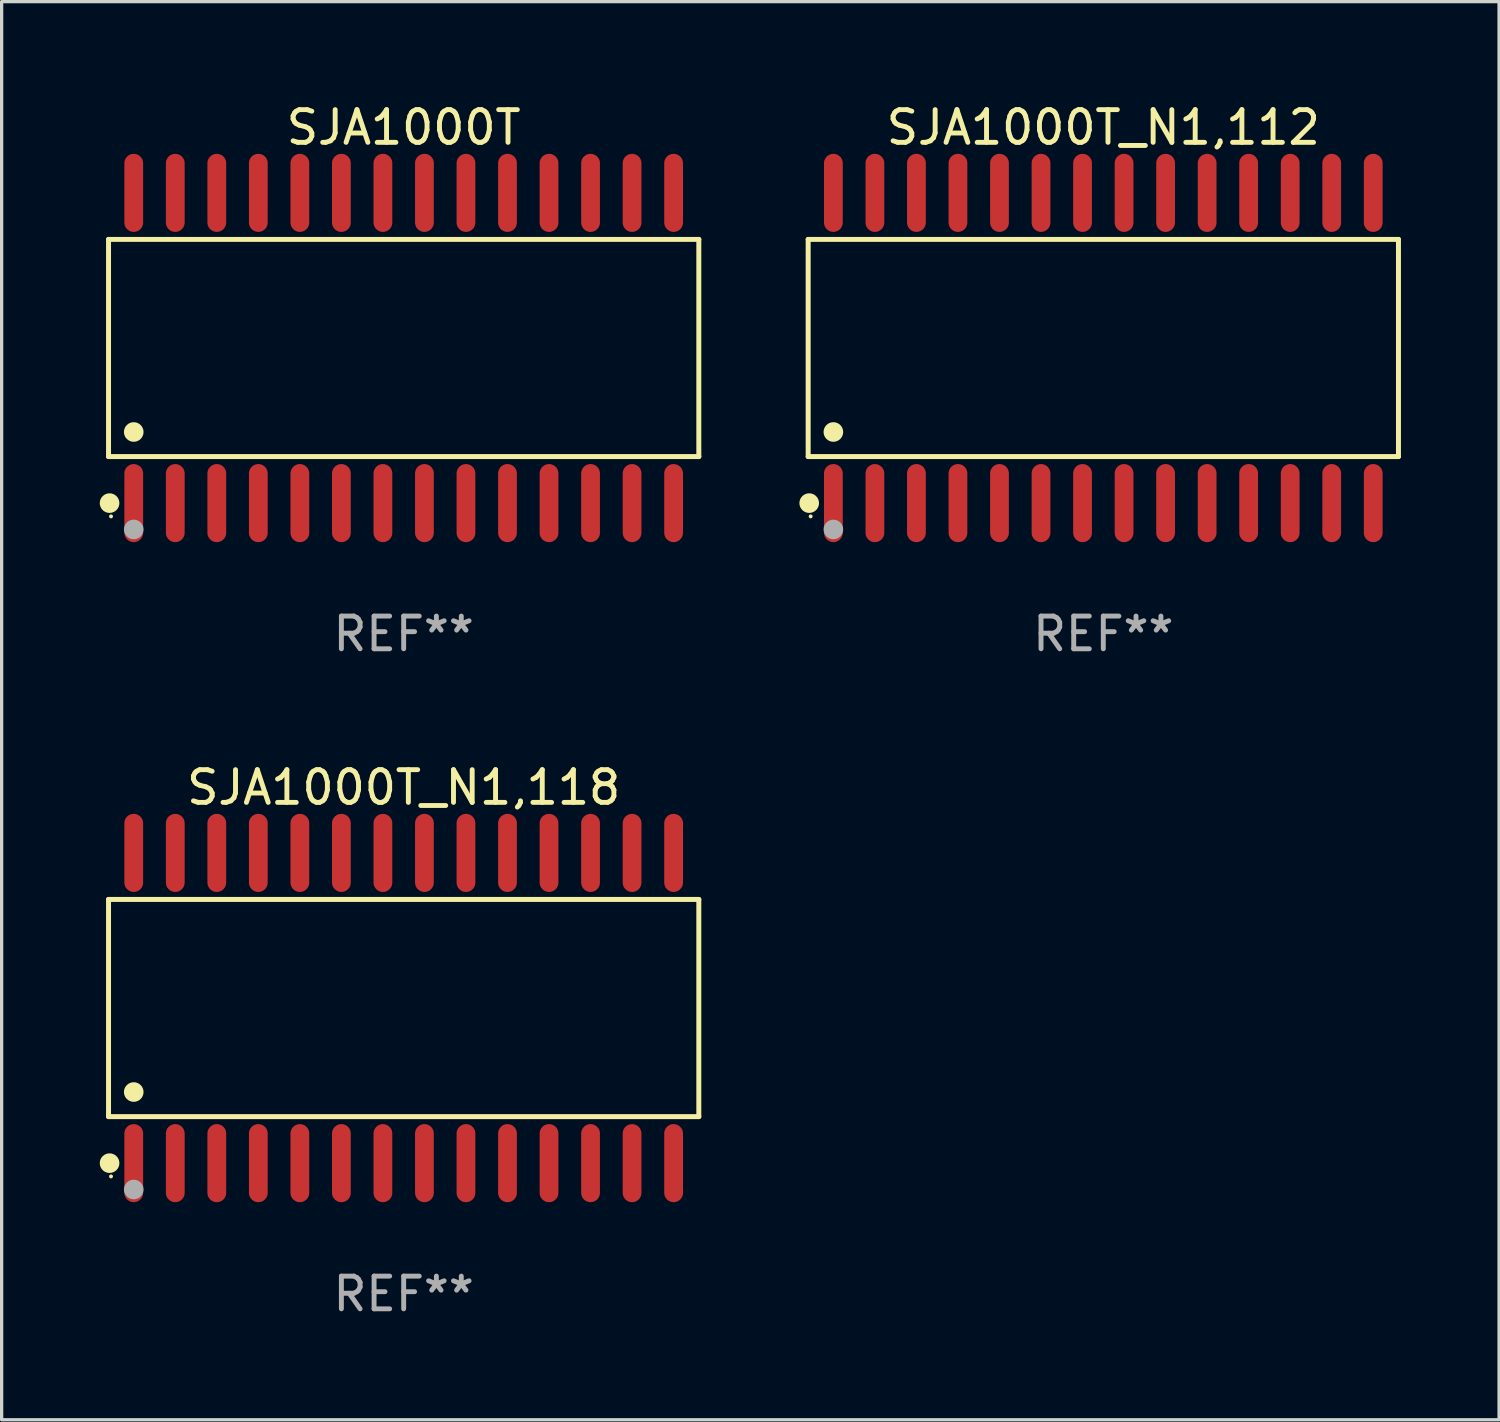
<source format=kicad_pcb>
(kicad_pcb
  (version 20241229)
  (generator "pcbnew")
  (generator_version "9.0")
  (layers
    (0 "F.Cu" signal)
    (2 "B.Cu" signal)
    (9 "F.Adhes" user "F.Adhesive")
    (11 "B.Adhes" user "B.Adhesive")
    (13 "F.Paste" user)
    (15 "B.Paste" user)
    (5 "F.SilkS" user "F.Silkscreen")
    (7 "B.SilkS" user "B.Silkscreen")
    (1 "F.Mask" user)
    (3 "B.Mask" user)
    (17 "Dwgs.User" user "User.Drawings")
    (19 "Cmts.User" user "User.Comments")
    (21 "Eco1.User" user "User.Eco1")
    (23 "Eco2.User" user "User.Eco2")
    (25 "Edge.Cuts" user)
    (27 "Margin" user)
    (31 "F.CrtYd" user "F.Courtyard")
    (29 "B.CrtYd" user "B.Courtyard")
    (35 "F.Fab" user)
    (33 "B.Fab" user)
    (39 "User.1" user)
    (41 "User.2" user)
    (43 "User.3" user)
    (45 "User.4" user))
  (footprint "SJA1000T"
    (layer "F.Cu")
    (at 9.295 7.592)
    (property "Reference" "SJA1000T" (at 0 -6.744 0) (layer "F.SilkS") (effects (font (size 1 1) (thickness 0.15))))
    (attr through_hole)
    (fp_line (start -9.026 -3.321) (end 9.026 -3.321) (stroke (width 0.152) (type solid)) (layer "F.SilkS"))
    (fp_line (start -9.026 3.321) (end -9.026 -3.321) (stroke (width 0.152) (type solid)) (layer "F.SilkS"))
    (fp_line (start 9.026 -3.321) (end 9.026 3.321) (stroke (width 0.152) (type solid)) (layer "F.SilkS"))
    (fp_line (start 9.026 3.321) (end -9.026 3.321) (stroke (width 0.152) (type solid)) (layer "F.SilkS"))
    (fp_circle (center -8.994 4.744) (end -8.844 4.744) (stroke (width 0.3) (type solid)) (fill no) (layer "F.SilkS"))
    (fp_circle (center -8.95 5.15) (end -8.92 5.15) (stroke (width 0.06) (type solid)) (fill no) (layer "F.SilkS"))
    (fp_circle (center -8.255 2.569) (end -8.105 2.569) (stroke (width 0.3) (type solid)) (fill no) (layer "F.SilkS"))
    (fp_circle (center -8.255 5.55) (end -8.105 5.55) (stroke (width 0.3) (type solid)) (fill no) (layer "F.Fab"))
    (fp_text user "REF**" (at 0 8.744 0) (layer "F.Fab") (effects (font (size 1 1) (thickness 0.15))))
    (pad "1" smd oval (at -8.255 4.744) (size 0.574 2.388) (layers "F.Cu" "F.Mask" "F.Paste"))
    (pad "2" smd oval (at -6.985 4.744) (size 0.574 2.388) (layers "F.Cu" "F.Mask" "F.Paste"))
    (pad "3" smd oval (at -5.715 4.744) (size 0.574 2.388) (layers "F.Cu" "F.Mask" "F.Paste"))
    (pad "4" smd oval (at -4.445 4.744) (size 0.574 2.388) (layers "F.Cu" "F.Mask" "F.Paste"))
    (pad "5" smd oval (at -3.175 4.744) (size 0.574 2.388) (layers "F.Cu" "F.Mask" "F.Paste"))
    (pad "6" smd oval (at -1.905 4.744) (size 0.574 2.388) (layers "F.Cu" "F.Mask" "F.Paste"))
    (pad "7" smd oval (at -0.635 4.744) (size 0.574 2.388) (layers "F.Cu" "F.Mask" "F.Paste"))
    (pad "8" smd oval (at 0.635 4.744) (size 0.574 2.388) (layers "F.Cu" "F.Mask" "F.Paste"))
    (pad "9" smd oval (at 1.905 4.744) (size 0.574 2.388) (layers "F.Cu" "F.Mask" "F.Paste"))
    (pad "10" smd oval (at 3.175 4.744) (size 0.574 2.388) (layers "F.Cu" "F.Mask" "F.Paste"))
    (pad "11" smd oval (at 4.445 4.744) (size 0.574 2.388) (layers "F.Cu" "F.Mask" "F.Paste"))
    (pad "12" smd oval (at 5.715 4.744) (size 0.574 2.388) (layers "F.Cu" "F.Mask" "F.Paste"))
    (pad "13" smd oval (at 6.985 4.744) (size 0.574 2.388) (layers "F.Cu" "F.Mask" "F.Paste"))
    (pad "14" smd oval (at 8.255 4.744) (size 0.574 2.388) (layers "F.Cu" "F.Mask" "F.Paste"))
    (pad "15" smd oval (at 8.255 -4.744) (size 0.574 2.388) (layers "F.Cu" "F.Mask" "F.Paste"))
    (pad "16" smd oval (at 6.985 -4.744) (size 0.574 2.388) (layers "F.Cu" "F.Mask" "F.Paste"))
    (pad "17" smd oval (at 5.715 -4.744) (size 0.574 2.388) (layers "F.Cu" "F.Mask" "F.Paste"))
    (pad "18" smd oval (at 4.445 -4.744) (size 0.574 2.388) (layers "F.Cu" "F.Mask" "F.Paste"))
    (pad "19" smd oval (at 3.175 -4.744) (size 0.574 2.388) (layers "F.Cu" "F.Mask" "F.Paste"))
    (pad "20" smd oval (at 1.905 -4.744) (size 0.574 2.388) (layers "F.Cu" "F.Mask" "F.Paste"))
    (pad "21" smd oval (at 0.635 -4.744) (size 0.574 2.388) (layers "F.Cu" "F.Mask" "F.Paste"))
    (pad "22" smd oval (at -0.635 -4.744) (size 0.574 2.388) (layers "F.Cu" "F.Mask" "F.Paste"))
    (pad "23" smd oval (at -1.905 -4.744) (size 0.574 2.388) (layers "F.Cu" "F.Mask" "F.Paste"))
    (pad "24" smd oval (at -3.175 -4.744) (size 0.574 2.388) (layers "F.Cu" "F.Mask" "F.Paste"))
    (pad "25" smd oval (at -4.445 -4.744) (size 0.574 2.388) (layers "F.Cu" "F.Mask" "F.Paste"))
    (pad "26" smd oval (at -5.715 -4.744) (size 0.574 2.388) (layers "F.Cu" "F.Mask" "F.Paste"))
    (pad "27" smd oval (at -6.985 -4.744) (size 0.574 2.388) (layers "F.Cu" "F.Mask" "F.Paste"))
    (pad "28" smd oval (at -8.255 -4.744) (size 0.574 2.388) (layers "F.Cu" "F.Mask" "F.Paste")))
  (footprint "SJA1000T_N1,112"
    (layer "F.Cu")
    (at 30.691 7.592)
    (property "Reference" "SJA1000T_N1,112" (at 0 -6.744 0) (layer "F.SilkS") (effects (font (size 1 1) (thickness 0.15))))
    (attr through_hole)
    (fp_line (start -9.026 -3.321) (end 9.026 -3.321) (stroke (width 0.152) (type solid)) (layer "F.SilkS"))
    (fp_line (start -9.026 3.321) (end -9.026 -3.321) (stroke (width 0.152) (type solid)) (layer "F.SilkS"))
    (fp_line (start 9.026 -3.321) (end 9.026 3.321) (stroke (width 0.152) (type solid)) (layer "F.SilkS"))
    (fp_line (start 9.026 3.321) (end -9.026 3.321) (stroke (width 0.152) (type solid)) (layer "F.SilkS"))
    (fp_circle (center -8.994 4.744) (end -8.844 4.744) (stroke (width 0.3) (type solid)) (fill no) (layer "F.SilkS"))
    (fp_circle (center -8.95 5.15) (end -8.92 5.15) (stroke (width 0.06) (type solid)) (fill no) (layer "F.SilkS"))
    (fp_circle (center -8.255 2.569) (end -8.105 2.569) (stroke (width 0.3) (type solid)) (fill no) (layer "F.SilkS"))
    (fp_circle (center -8.255 5.55) (end -8.105 5.55) (stroke (width 0.3) (type solid)) (fill no) (layer "F.Fab"))
    (fp_text user "REF**" (at 0 8.744 0) (layer "F.Fab") (effects (font (size 1 1) (thickness 0.15))))
    (pad "1" smd oval (at -8.255 4.744) (size 0.574 2.388) (layers "F.Cu" "F.Mask" "F.Paste"))
    (pad "2" smd oval (at -6.985 4.744) (size 0.574 2.388) (layers "F.Cu" "F.Mask" "F.Paste"))
    (pad "3" smd oval (at -5.715 4.744) (size 0.574 2.388) (layers "F.Cu" "F.Mask" "F.Paste"))
    (pad "4" smd oval (at -4.445 4.744) (size 0.574 2.388) (layers "F.Cu" "F.Mask" "F.Paste"))
    (pad "5" smd oval (at -3.175 4.744) (size 0.574 2.388) (layers "F.Cu" "F.Mask" "F.Paste"))
    (pad "6" smd oval (at -1.905 4.744) (size 0.574 2.388) (layers "F.Cu" "F.Mask" "F.Paste"))
    (pad "7" smd oval (at -0.635 4.744) (size 0.574 2.388) (layers "F.Cu" "F.Mask" "F.Paste"))
    (pad "8" smd oval (at 0.635 4.744) (size 0.574 2.388) (layers "F.Cu" "F.Mask" "F.Paste"))
    (pad "9" smd oval (at 1.905 4.744) (size 0.574 2.388) (layers "F.Cu" "F.Mask" "F.Paste"))
    (pad "10" smd oval (at 3.175 4.744) (size 0.574 2.388) (layers "F.Cu" "F.Mask" "F.Paste"))
    (pad "11" smd oval (at 4.445 4.744) (size 0.574 2.388) (layers "F.Cu" "F.Mask" "F.Paste"))
    (pad "12" smd oval (at 5.715 4.744) (size 0.574 2.388) (layers "F.Cu" "F.Mask" "F.Paste"))
    (pad "13" smd oval (at 6.985 4.744) (size 0.574 2.388) (layers "F.Cu" "F.Mask" "F.Paste"))
    (pad "14" smd oval (at 8.255 4.744) (size 0.574 2.388) (layers "F.Cu" "F.Mask" "F.Paste"))
    (pad "15" smd oval (at 8.255 -4.744) (size 0.574 2.388) (layers "F.Cu" "F.Mask" "F.Paste"))
    (pad "16" smd oval (at 6.985 -4.744) (size 0.574 2.388) (layers "F.Cu" "F.Mask" "F.Paste"))
    (pad "17" smd oval (at 5.715 -4.744) (size 0.574 2.388) (layers "F.Cu" "F.Mask" "F.Paste"))
    (pad "18" smd oval (at 4.445 -4.744) (size 0.574 2.388) (layers "F.Cu" "F.Mask" "F.Paste"))
    (pad "19" smd oval (at 3.175 -4.744) (size 0.574 2.388) (layers "F.Cu" "F.Mask" "F.Paste"))
    (pad "20" smd oval (at 1.905 -4.744) (size 0.574 2.388) (layers "F.Cu" "F.Mask" "F.Paste"))
    (pad "21" smd oval (at 0.635 -4.744) (size 0.574 2.388) (layers "F.Cu" "F.Mask" "F.Paste"))
    (pad "22" smd oval (at -0.635 -4.744) (size 0.574 2.388) (layers "F.Cu" "F.Mask" "F.Paste"))
    (pad "23" smd oval (at -1.905 -4.744) (size 0.574 2.388) (layers "F.Cu" "F.Mask" "F.Paste"))
    (pad "24" smd oval (at -3.175 -4.744) (size 0.574 2.388) (layers "F.Cu" "F.Mask" "F.Paste"))
    (pad "25" smd oval (at -4.445 -4.744) (size 0.574 2.388) (layers "F.Cu" "F.Mask" "F.Paste"))
    (pad "26" smd oval (at -5.715 -4.744) (size 0.574 2.388) (layers "F.Cu" "F.Mask" "F.Paste"))
    (pad "27" smd oval (at -6.985 -4.744) (size 0.574 2.388) (layers "F.Cu" "F.Mask" "F.Paste"))
    (pad "28" smd oval (at -8.255 -4.744) (size 0.574 2.388) (layers "F.Cu" "F.Mask" "F.Paste")))
  (footprint "SJA1000T_N1,118"
    (layer "F.Cu")
    (at 9.295 27.777)
    (property "Reference" "SJA1000T_N1,118" (at 0 -6.744 0) (layer "F.SilkS") (effects (font (size 1 1) (thickness 0.15))))
    (attr through_hole)
    (fp_line (start -9.026 -3.321) (end 9.026 -3.321) (stroke (width 0.152) (type solid)) (layer "F.SilkS"))
    (fp_line (start -9.026 3.321) (end -9.026 -3.321) (stroke (width 0.152) (type solid)) (layer "F.SilkS"))
    (fp_line (start 9.026 -3.321) (end 9.026 3.321) (stroke (width 0.152) (type solid)) (layer "F.SilkS"))
    (fp_line (start 9.026 3.321) (end -9.026 3.321) (stroke (width 0.152) (type solid)) (layer "F.SilkS"))
    (fp_circle (center -8.994 4.744) (end -8.844 4.744) (stroke (width 0.3) (type solid)) (fill no) (layer "F.SilkS"))
    (fp_circle (center -8.95 5.15) (end -8.92 5.15) (stroke (width 0.06) (type solid)) (fill no) (layer "F.SilkS"))
    (fp_circle (center -8.255 2.569) (end -8.105 2.569) (stroke (width 0.3) (type solid)) (fill no) (layer "F.SilkS"))
    (fp_circle (center -8.255 5.55) (end -8.105 5.55) (stroke (width 0.3) (type solid)) (fill no) (layer "F.Fab"))
    (fp_text user "REF**" (at 0 8.744 0) (layer "F.Fab") (effects (font (size 1 1) (thickness 0.15))))
    (pad "1" smd oval (at -8.255 4.744) (size 0.574 2.388) (layers "F.Cu" "F.Mask" "F.Paste"))
    (pad "2" smd oval (at -6.985 4.744) (size 0.574 2.388) (layers "F.Cu" "F.Mask" "F.Paste"))
    (pad "3" smd oval (at -5.715 4.744) (size 0.574 2.388) (layers "F.Cu" "F.Mask" "F.Paste"))
    (pad "4" smd oval (at -4.445 4.744) (size 0.574 2.388) (layers "F.Cu" "F.Mask" "F.Paste"))
    (pad "5" smd oval (at -3.175 4.744) (size 0.574 2.388) (layers "F.Cu" "F.Mask" "F.Paste"))
    (pad "6" smd oval (at -1.905 4.744) (size 0.574 2.388) (layers "F.Cu" "F.Mask" "F.Paste"))
    (pad "7" smd oval (at -0.635 4.744) (size 0.574 2.388) (layers "F.Cu" "F.Mask" "F.Paste"))
    (pad "8" smd oval (at 0.635 4.744) (size 0.574 2.388) (layers "F.Cu" "F.Mask" "F.Paste"))
    (pad "9" smd oval (at 1.905 4.744) (size 0.574 2.388) (layers "F.Cu" "F.Mask" "F.Paste"))
    (pad "10" smd oval (at 3.175 4.744) (size 0.574 2.388) (layers "F.Cu" "F.Mask" "F.Paste"))
    (pad "11" smd oval (at 4.445 4.744) (size 0.574 2.388) (layers "F.Cu" "F.Mask" "F.Paste"))
    (pad "12" smd oval (at 5.715 4.744) (size 0.574 2.388) (layers "F.Cu" "F.Mask" "F.Paste"))
    (pad "13" smd oval (at 6.985 4.744) (size 0.574 2.388) (layers "F.Cu" "F.Mask" "F.Paste"))
    (pad "14" smd oval (at 8.255 4.744) (size 0.574 2.388) (layers "F.Cu" "F.Mask" "F.Paste"))
    (pad "15" smd oval (at 8.255 -4.744) (size 0.574 2.388) (layers "F.Cu" "F.Mask" "F.Paste"))
    (pad "16" smd oval (at 6.985 -4.744) (size 0.574 2.388) (layers "F.Cu" "F.Mask" "F.Paste"))
    (pad "17" smd oval (at 5.715 -4.744) (size 0.574 2.388) (layers "F.Cu" "F.Mask" "F.Paste"))
    (pad "18" smd oval (at 4.445 -4.744) (size 0.574 2.388) (layers "F.Cu" "F.Mask" "F.Paste"))
    (pad "19" smd oval (at 3.175 -4.744) (size 0.574 2.388) (layers "F.Cu" "F.Mask" "F.Paste"))
    (pad "20" smd oval (at 1.905 -4.744) (size 0.574 2.388) (layers "F.Cu" "F.Mask" "F.Paste"))
    (pad "21" smd oval (at 0.635 -4.744) (size 0.574 2.388) (layers "F.Cu" "F.Mask" "F.Paste"))
    (pad "22" smd oval (at -0.635 -4.744) (size 0.574 2.388) (layers "F.Cu" "F.Mask" "F.Paste"))
    (pad "23" smd oval (at -1.905 -4.744) (size 0.574 2.388) (layers "F.Cu" "F.Mask" "F.Paste"))
    (pad "24" smd oval (at -3.175 -4.744) (size 0.574 2.388) (layers "F.Cu" "F.Mask" "F.Paste"))
    (pad "25" smd oval (at -4.445 -4.744) (size 0.574 2.388) (layers "F.Cu" "F.Mask" "F.Paste"))
    (pad "26" smd oval (at -5.715 -4.744) (size 0.574 2.388) (layers "F.Cu" "F.Mask" "F.Paste"))
    (pad "27" smd oval (at -6.985 -4.744) (size 0.574 2.388) (layers "F.Cu" "F.Mask" "F.Paste"))
    (pad "28" smd oval (at -8.255 -4.744) (size 0.574 2.388) (layers "F.Cu" "F.Mask" "F.Paste")))
  (gr_rect
    (start -3 -3)
    (end 42.794 40.369)
    (stroke (width 0.1) (type default))
    (fill no)
    (layer "Edge.Cuts")))
</source>
